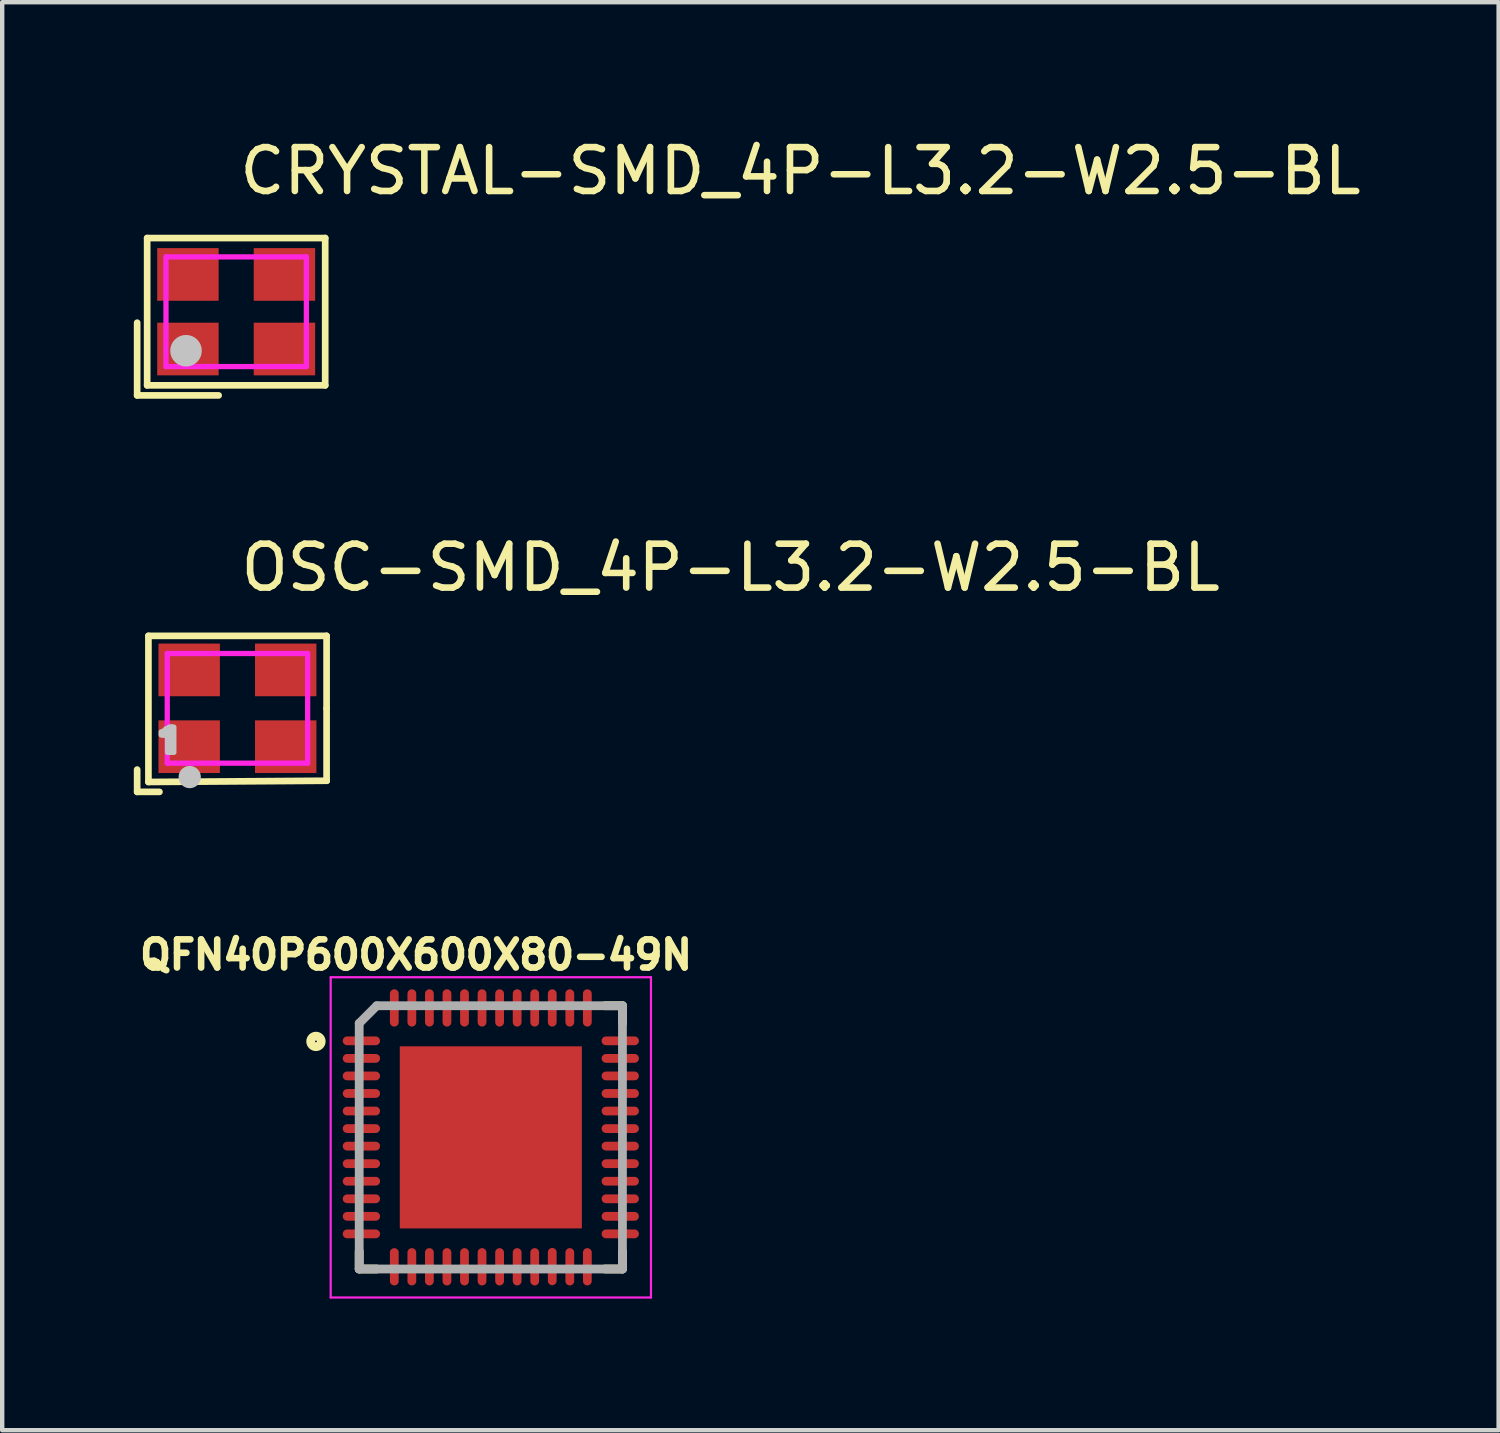
<source format=kicad_pcb>
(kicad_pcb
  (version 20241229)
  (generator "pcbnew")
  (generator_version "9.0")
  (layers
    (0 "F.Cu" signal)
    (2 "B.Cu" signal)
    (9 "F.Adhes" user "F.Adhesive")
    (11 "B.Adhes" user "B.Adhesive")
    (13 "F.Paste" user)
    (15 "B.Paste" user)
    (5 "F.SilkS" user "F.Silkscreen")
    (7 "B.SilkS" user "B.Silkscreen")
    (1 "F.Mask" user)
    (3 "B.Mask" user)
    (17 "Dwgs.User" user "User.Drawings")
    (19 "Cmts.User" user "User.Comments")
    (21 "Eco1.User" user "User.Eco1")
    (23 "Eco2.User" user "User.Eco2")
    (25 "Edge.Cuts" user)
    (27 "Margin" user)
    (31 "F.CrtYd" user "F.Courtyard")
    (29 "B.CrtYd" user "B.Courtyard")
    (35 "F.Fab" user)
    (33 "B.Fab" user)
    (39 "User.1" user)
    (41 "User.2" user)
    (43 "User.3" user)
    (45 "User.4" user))
  (footprint "OSC-SMD_4P-L3.2-W2.5-BL"
    (layer "F.Cu")
    (at 2.362 13.094)
    (property "Reference" "OSC-SMD_4P-L3.2-W2.5-BL" (at 0 -3.207 0) (layer "F.SilkS") (effects (font (size 1 1) (thickness 0.15)) (justify left)))
    (attr through_hole)
    (fp_line (start -2.286 1.397) (end -2.286 1.905) (stroke (width 0.152) (type solid)) (layer "F.SilkS"))
    (fp_line (start -2.286 1.905) (end -1.778 1.905) (stroke (width 0.152) (type solid)) (layer "F.SilkS"))
    (fp_line (start -2.029 -1.651) (end 2.032 -1.651) (stroke (width 0.152) (type solid)) (layer "F.SilkS"))
    (fp_line (start -2.029 1.679) (end -2.029 -1.651) (stroke (width 0.152) (type solid)) (layer "F.SilkS"))
    (fp_line (start 2.032 -1.651) (end 2.032 0) (stroke (width 0.152) (type solid)) (layer "F.SilkS"))
    (fp_line (start 2.032 0) (end 2.032 1.651) (stroke (width 0.152) (type solid)) (layer "F.SilkS"))
    (fp_line (start 2.032 1.651) (end -2.029 1.679) (stroke (width 0.152) (type solid)) (layer "F.SilkS"))
    (fp_line (start 2.032 1.651) (end 2.032 1.651) (stroke (width 0.152) (type solid)) (layer "F.SilkS"))
    (fp_circle (center -1.088 1.567) (end -0.961 1.567) (stroke (width 0.254) (type solid)) (fill no) (layer "Dwgs.User"))
    (fp_poly (pts (xy -1.738 0.536) (xy -1.702 0.536) (xy -1.702 0.608) (xy -1.738 0.608)) (stroke (width 0.12) (type solid)) (fill no) (layer "Dwgs.User"))
    (fp_poly (pts (xy -1.702 0.536) (xy -1.666 0.536) (xy -1.666 0.608) (xy -1.702 0.608)) (stroke (width 0.12) (type solid)) (fill no) (layer "Dwgs.User"))
    (fp_poly (pts (xy -1.666 0.5) (xy -1.63 0.5) (xy -1.63 0.608) (xy -1.666 0.608)) (stroke (width 0.12) (type solid)) (fill no) (layer "Dwgs.User"))
    (fp_poly (pts (xy -1.63 0.464) (xy -1.594 0.464) (xy -1.594 0.572) (xy -1.63 0.572)) (stroke (width 0.12) (type solid)) (fill no) (layer "Dwgs.User"))
    (fp_poly (pts (xy -1.594 0.464) (xy -1.558 0.464) (xy -1.558 1.004) (xy -1.594 1.004)) (stroke (width 0.12) (type solid)) (fill no) (layer "Dwgs.User"))
    (fp_poly (pts (xy -1.558 0.428) (xy -1.522 0.428) (xy -1.522 1.004) (xy -1.558 1.004)) (stroke (width 0.12) (type solid)) (fill no) (layer "Dwgs.User"))
    (fp_poly (pts (xy -1.522 0.428) (xy -1.486 0.428) (xy -1.486 1.004) (xy -1.522 1.004)) (stroke (width 0.12) (type solid)) (fill no) (layer "Dwgs.User"))
    (fp_poly (pts (xy -1.486 0.428) (xy -1.45 0.428) (xy -1.45 1.004) (xy -1.486 1.004)) (stroke (width 0.12) (type solid)) (fill no) (layer "Dwgs.User"))
    (fp_circle (center -1.6 1.25) (end -1.57 1.25) (stroke (width 0.06) (type solid)) (fill no) (layer "Eco2.User"))
    (fp_poly (pts (xy -1.5 -1.249) (xy -0.6 -1.249) (xy -0.6 -0.449) (xy -1.5 -0.449)) (stroke (width 0.12) (type solid)) (fill no) (layer "Eco2.User"))
    (fp_poly (pts (xy -1.5 0.449) (xy -0.6 0.449) (xy -0.6 1.249) (xy -1.5 1.249)) (stroke (width 0.12) (type solid)) (fill no) (layer "Eco2.User"))
    (fp_poly (pts (xy 0.6 -1.249) (xy 1.5 -1.249) (xy 1.5 -0.449) (xy 0.6 -0.449)) (stroke (width 0.12) (type solid)) (fill no) (layer "Eco2.User"))
    (fp_poly (pts (xy 0.6 0.449) (xy 1.5 0.449) (xy 1.5 1.249) (xy 0.6 1.249)) (stroke (width 0.12) (type solid)) (fill no) (layer "Eco2.User"))
    (fp_line (start -1.6 -1.25) (end 1.6 -1.25) (stroke (width 0.12) (type solid)) (layer "F.CrtYd"))
    (fp_line (start -1.6 1.25) (end -1.6 -1.25) (stroke (width 0.12) (type solid)) (layer "F.CrtYd"))
    (fp_line (start 1.6 -1.25) (end 1.6 1.25) (stroke (width 0.12) (type solid)) (layer "F.CrtYd"))
    (fp_line (start 1.6 1.25) (end -1.6 1.25) (stroke (width 0.12) (type solid)) (layer "F.CrtYd"))
    (pad "1" smd rect (at -1.1 0.875) (size 1.4 1.2) (layers "F.Cu" "F.Mask" "F.Paste"))
    (pad "2" smd rect (at 1.1 0.875) (size 1.4 1.2) (layers "F.Cu" "F.Mask" "F.Paste"))
    (pad "3" smd rect (at 1.1 -0.875) (size 1.4 1.2) (layers "F.Cu" "F.Mask" "F.Paste"))
    (pad "4" smd rect (at -1.1 -0.875) (size 1.4 1.2) (layers "F.Cu" "F.Mask" "F.Paste")))
  (footprint "QFN40P600X600X80-49N"
    (layer "F.Cu")
    (at 8.137 22.873)
    (property "Reference" "QFN40P600X600X80-49N" (at -1.704 -4.16 0) (layer "F.SilkS") (effects (font (size 0.641 0.641) (thickness 0.15))))
    (attr smd)
    (fp_line (start -3 3) (end -3 2.6) (stroke (width 0.2) (type solid)) (layer "F.SilkS"))
    (fp_line (start -2.6 3) (end -3 3) (stroke (width 0.2) (type solid)) (layer "F.SilkS"))
    (fp_line (start 2.6 -3) (end 3 -3) (stroke (width 0.2) (type solid)) (layer "F.SilkS"))
    (fp_line (start 3 -3) (end 3 -2.6) (stroke (width 0.2) (type solid)) (layer "F.SilkS"))
    (fp_line (start 3 3) (end 2.6 3) (stroke (width 0.2) (type solid)) (layer "F.SilkS"))
    (fp_line (start 3 3) (end 3 2.6) (stroke (width 0.2) (type solid)) (layer "F.SilkS"))
    (fp_circle (center -3.986 -2.187) (end -3.866 -2.187) (stroke (width 0.2) (type solid)) (fill no) (layer "F.SilkS"))
    (fp_poly (pts (xy -1.31 -1.31) (xy 1.31 -1.31) (xy 1.31 1.31) (xy -1.31 1.31)) (stroke (width 0.01) (type solid)) (fill yes) (layer "F.Paste"))
    (fp_line (start -3.65 -3.65) (end 3.65 -3.65) (stroke (width 0.05) (type solid)) (layer "F.CrtYd"))
    (fp_line (start -3.65 3.65) (end -3.65 -3.65) (stroke (width 0.05) (type solid)) (layer "F.CrtYd"))
    (fp_line (start 3.65 -3.65) (end 3.65 3.65) (stroke (width 0.05) (type solid)) (layer "F.CrtYd"))
    (fp_line (start 3.65 3.65) (end -3.65 3.65) (stroke (width 0.05) (type solid)) (layer "F.CrtYd"))
    (fp_line (start -3 -2.6) (end -2.6 -3) (stroke (width 0.2) (type solid)) (layer "F.Fab"))
    (fp_line (start -3 3) (end -3 -2.6) (stroke (width 0.2) (type solid)) (layer "F.Fab"))
    (fp_line (start -2.6 -3) (end 3 -3) (stroke (width 0.2) (type solid)) (layer "F.Fab"))
    (fp_line (start 3 -3) (end 3 3) (stroke (width 0.2) (type solid)) (layer "F.Fab"))
    (fp_line (start 3 3) (end -3 3) (stroke (width 0.2) (type solid)) (layer "F.Fab"))
    (pad "1" smd oval (at -2.95 -2.2) (size 0.85 0.2) (layers "F.Cu" "F.Mask" "F.Paste"))
    (pad "2" smd oval (at -2.95 -1.8) (size 0.85 0.2) (layers "F.Cu" "F.Mask" "F.Paste"))
    (pad "3" smd oval (at -2.95 -1.4) (size 0.85 0.2) (layers "F.Cu" "F.Mask" "F.Paste"))
    (pad "4" smd oval (at -2.95 -1) (size 0.85 0.2) (layers "F.Cu" "F.Mask" "F.Paste"))
    (pad "5" smd oval (at -2.95 -0.6) (size 0.85 0.2) (layers "F.Cu" "F.Mask" "F.Paste"))
    (pad "6" smd oval (at -2.95 -0.2) (size 0.85 0.2) (layers "F.Cu" "F.Mask" "F.Paste"))
    (pad "7" smd oval (at -2.95 0.2) (size 0.85 0.2) (layers "F.Cu" "F.Mask" "F.Paste"))
    (pad "8" smd oval (at -2.95 0.6) (size 0.85 0.2) (layers "F.Cu" "F.Mask" "F.Paste"))
    (pad "9" smd oval (at -2.95 1) (size 0.85 0.2) (layers "F.Cu" "F.Mask" "F.Paste"))
    (pad "10" smd oval (at -2.95 1.4) (size 0.85 0.2) (layers "F.Cu" "F.Mask" "F.Paste"))
    (pad "11" smd oval (at -2.95 1.8) (size 0.85 0.2) (layers "F.Cu" "F.Mask" "F.Paste"))
    (pad "12" smd oval (at -2.95 2.2) (size 0.85 0.2) (layers "F.Cu" "F.Mask" "F.Paste"))
    (pad "13" smd oval (at -2.2 2.95 90) (size 0.85 0.2) (layers "F.Cu" "F.Mask" "F.Paste"))
    (pad "14" smd oval (at -1.8 2.95 90) (size 0.85 0.2) (layers "F.Cu" "F.Mask" "F.Paste"))
    (pad "15" smd oval (at -1.4 2.95 90) (size 0.85 0.2) (layers "F.Cu" "F.Mask" "F.Paste"))
    (pad "16" smd oval (at -1 2.95 90) (size 0.85 0.2) (layers "F.Cu" "F.Mask" "F.Paste"))
    (pad "17" smd oval (at -0.6 2.95 90) (size 0.85 0.2) (layers "F.Cu" "F.Mask" "F.Paste"))
    (pad "18" smd oval (at -0.2 2.95 90) (size 0.85 0.2) (layers "F.Cu" "F.Mask" "F.Paste"))
    (pad "19" smd oval (at 0.2 2.95 90) (size 0.85 0.2) (layers "F.Cu" "F.Mask" "F.Paste"))
    (pad "20" smd oval (at 0.6 2.95 90) (size 0.85 0.2) (layers "F.Cu" "F.Mask" "F.Paste"))
    (pad "21" smd oval (at 1 2.95 90) (size 0.85 0.2) (layers "F.Cu" "F.Mask" "F.Paste"))
    (pad "22" smd oval (at 1.4 2.945 90) (size 0.85 0.2) (layers "F.Cu" "F.Mask" "F.Paste"))
    (pad "23" smd oval (at 1.8 2.95 90) (size 0.85 0.2) (layers "F.Cu" "F.Mask" "F.Paste"))
    (pad "24" smd oval (at 2.2 2.95 90) (size 0.85 0.2) (layers "F.Cu" "F.Mask" "F.Paste"))
    (pad "25" smd oval (at 2.95 2.2 180) (size 0.85 0.2) (layers "F.Cu" "F.Mask" "F.Paste"))
    (pad "26" smd oval (at 2.95 1.8 180) (size 0.85 0.2) (layers "F.Cu" "F.Mask" "F.Paste"))
    (pad "27" smd oval (at 2.95 1.4 180) (size 0.85 0.2) (layers "F.Cu" "F.Mask" "F.Paste"))
    (pad "28" smd oval (at 2.95 1 180) (size 0.85 0.2) (layers "F.Cu" "F.Mask" "F.Paste"))
    (pad "29" smd oval (at 2.95 0.6 180) (size 0.85 0.2) (layers "F.Cu" "F.Mask" "F.Paste"))
    (pad "30" smd oval (at 2.95 0.2 180) (size 0.85 0.2) (layers "F.Cu" "F.Mask" "F.Paste"))
    (pad "31" smd oval (at 2.95 -0.2 180) (size 0.85 0.2) (layers "F.Cu" "F.Mask" "F.Paste"))
    (pad "32" smd oval (at 2.95 -0.6 180) (size 0.85 0.2) (layers "F.Cu" "F.Mask" "F.Paste"))
    (pad "33" smd oval (at 2.95 -1 180) (size 0.85 0.2) (layers "F.Cu" "F.Mask" "F.Paste"))
    (pad "34" smd oval (at 2.95 -1.4 180) (size 0.85 0.2) (layers "F.Cu" "F.Mask" "F.Paste"))
    (pad "35" smd oval (at 2.95 -1.8 180) (size 0.85 0.2) (layers "F.Cu" "F.Mask" "F.Paste"))
    (pad "36" smd oval (at 2.95 -2.2 180) (size 0.85 0.2) (layers "F.Cu" "F.Mask" "F.Paste"))
    (pad "37" smd oval (at 2.2 -2.95 270) (size 0.85 0.2) (layers "F.Cu" "F.Mask" "F.Paste"))
    (pad "38" smd oval (at 1.8 -2.95 270) (size 0.85 0.2) (layers "F.Cu" "F.Mask" "F.Paste"))
    (pad "39" smd oval (at 1.4 -2.95 270) (size 0.85 0.2) (layers "F.Cu" "F.Mask" "F.Paste"))
    (pad "40" smd oval (at 1 -2.95 270) (size 0.85 0.2) (layers "F.Cu" "F.Mask" "F.Paste"))
    (pad "41" smd oval (at 0.6 -2.95 270) (size 0.85 0.2) (layers "F.Cu" "F.Mask" "F.Paste"))
    (pad "42" smd oval (at 0.2 -2.95 270) (size 0.85 0.2) (layers "F.Cu" "F.Mask" "F.Paste"))
    (pad "43" smd oval (at -0.2 -2.95 270) (size 0.85 0.2) (layers "F.Cu" "F.Mask" "F.Paste"))
    (pad "44" smd oval (at -0.6 -2.95 270) (size 0.85 0.2) (layers "F.Cu" "F.Mask" "F.Paste"))
    (pad "45" smd oval (at -1 -2.95 270) (size 0.85 0.2) (layers "F.Cu" "F.Mask" "F.Paste"))
    (pad "46" smd oval (at -1.4 -2.95 270) (size 0.85 0.2) (layers "F.Cu" "F.Mask" "F.Paste"))
    (pad "47" smd oval (at -1.8 -2.95 270) (size 0.85 0.2) (layers "F.Cu" "F.Mask" "F.Paste"))
    (pad "48" smd oval (at -2.2 -2.95 270) (size 0.85 0.2) (layers "F.Cu" "F.Mask" "F.Paste"))
    (pad "49" smd rect (at 0 0 180) (size 4.15 4.15) (layers "F.Cu" "F.Mask")))
  (footprint "CRYSTAL-SMD_4P-L3.2-W2.5-BL"
    (layer "F.Cu")
    (at 2.333 4.055)
    (property "Reference" "CRYSTAL-SMD_4P-L3.2-W2.5-BL" (at 0 -3.207 0) (layer "F.SilkS") (effects (font (size 1 1) (thickness 0.15)) (justify left)))
    (attr through_hole)
    (fp_line (start -2.257 0.25) (end -2.257 1.907) (stroke (width 0.152) (type solid)) (layer "F.SilkS"))
    (fp_line (start -2.257 1.907) (end -0.4 1.907) (stroke (width 0.152) (type solid)) (layer "F.SilkS"))
    (fp_line (start -2.029 -1.679) (end 2.029 -1.679) (stroke (width 0.152) (type solid)) (layer "F.SilkS"))
    (fp_line (start -2.029 1.678) (end -2.029 -1.679) (stroke (width 0.152) (type solid)) (layer "F.SilkS"))
    (fp_line (start 2.029 -1.679) (end 2.029 1.678) (stroke (width 0.152) (type solid)) (layer "F.SilkS"))
    (fp_line (start 2.029 1.678) (end -2.029 1.678) (stroke (width 0.152) (type solid)) (layer "F.SilkS"))
    (fp_circle (center -1.143 0.889) (end -0.963 0.889) (stroke (width 0.36) (type solid)) (fill no) (layer "Dwgs.User"))
    (fp_circle (center -1.6 1.25) (end -1.57 1.25) (stroke (width 0.06) (type solid)) (fill no) (layer "Eco2.User"))
    (fp_poly (pts (xy -1.5 -1.15) (xy -0.6 -1.15) (xy -0.6 -0.35) (xy -1.5 -0.35)) (stroke (width 0.12) (type solid)) (fill no) (layer "Eco2.User"))
    (fp_poly (pts (xy -1.5 0.35) (xy -0.6 0.35) (xy -0.6 1.15) (xy -1.5 1.15)) (stroke (width 0.12) (type solid)) (fill no) (layer "Eco2.User"))
    (fp_poly (pts (xy 0.6 -1.15) (xy 1.5 -1.15) (xy 1.5 -0.35) (xy 0.6 -0.35)) (stroke (width 0.12) (type solid)) (fill no) (layer "Eco2.User"))
    (fp_poly (pts (xy 0.6 0.35) (xy 1.5 0.35) (xy 1.5 1.15) (xy 0.6 1.15)) (stroke (width 0.12) (type solid)) (fill no) (layer "Eco2.User"))
    (fp_line (start -1.6 -1.25) (end 1.6 -1.25) (stroke (width 0.12) (type solid)) (layer "F.CrtYd"))
    (fp_line (start -1.6 1.25) (end -1.6 -1.25) (stroke (width 0.12) (type solid)) (layer "F.CrtYd"))
    (fp_line (start 1.6 -1.25) (end 1.6 1.25) (stroke (width 0.12) (type solid)) (layer "F.CrtYd"))
    (fp_line (start 1.6 1.25) (end -1.6 1.25) (stroke (width 0.12) (type solid)) (layer "F.CrtYd"))
    (pad "1" smd rect (at -1.1 0.85) (size 1.4 1.2) (layers "F.Cu" "F.Mask" "F.Paste"))
    (pad "2" smd rect (at 1.1 0.85) (size 1.4 1.2) (layers "F.Cu" "F.Mask" "F.Paste"))
    (pad "3" smd rect (at 1.1 -0.85) (size 1.4 1.2) (layers "F.Cu" "F.Mask" "F.Paste"))
    (pad "4" smd rect (at -1.1 -0.85) (size 1.4 1.2) (layers "F.Cu" "F.Mask" "F.Paste")))
  (gr_rect
    (start -3 -3)
    (end 31.107 29.548)
    (stroke (width 0.1) (type default))
    (fill no)
    (layer "Edge.Cuts")))
</source>
